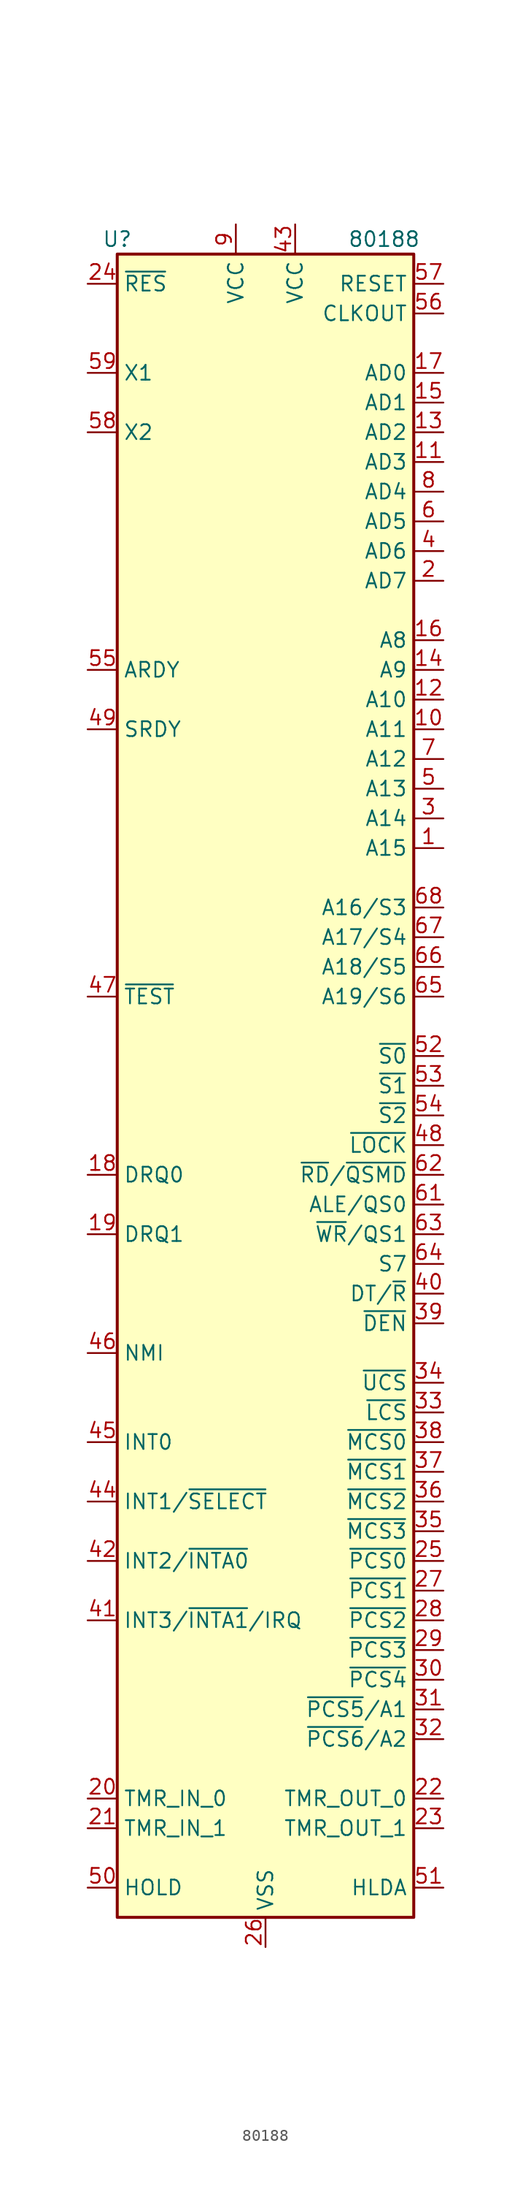
<source format=kicad_sym>
(kicad_symbol_lib
  (version 20241209)
  (generator "kicad_symbol_editor")
  (generator_version "9.0")
  (symbol "80188"
    (property "Reference" "U"
      (at -12.7 72.39 0)
      (effects (font (size 1.27 1.27))))
    (property "Value" "80188"
      (at 10.16 72.39 0)
      (effects (font (size 1.27 1.27))))
    (symbol "80188_0_1"
      (rectangle (start 12.7 -71.12) (end -12.7 71.12) (stroke (width 0.254) (type default)) (fill (type background))))
    (symbol "80188_1_1"
      (pin input line (at -15.24 68.58 0) (length 2.54) (name "~{RES}" (effects (font (size 1.27 1.27)))) (number "24" (effects (font (size 1.27 1.27)))))
      (pin input line (at -15.24 60.96 0) (length 2.54) (name "X1" (effects (font (size 1.27 1.27)))) (number "59" (effects (font (size 1.27 1.27)))))
      (pin output line (at -15.24 55.88 0) (length 2.54) (name "X2" (effects (font (size 1.27 1.27)))) (number "58" (effects (font (size 1.27 1.27)))))
      (pin input line (at -15.24 35.56 0) (length 2.54) (name "ARDY" (effects (font (size 1.27 1.27)))) (number "55" (effects (font (size 1.27 1.27)))))
      (pin input line (at -15.24 30.48 0) (length 2.54) (name "SRDY" (effects (font (size 1.27 1.27)))) (number "49" (effects (font (size 1.27 1.27)))))
      (pin bidirectional line (at -15.24 7.62 0) (length 2.54) (name "~{TEST}" (effects (font (size 1.27 1.27)))) (number "47" (effects (font (size 1.27 1.27)))))
      (pin input line (at -15.24 -7.62 0) (length 2.54) (name "DRQ0" (effects (font (size 1.27 1.27)))) (number "18" (effects (font (size 1.27 1.27)))))
      (pin input line (at -15.24 -12.7 0) (length 2.54) (name "DRQ1" (effects (font (size 1.27 1.27)))) (number "19" (effects (font (size 1.27 1.27)))))
      (pin input line (at -15.24 -22.86 0) (length 2.54) (name "NMI" (effects (font (size 1.27 1.27)))) (number "46" (effects (font (size 1.27 1.27)))))
      (pin input line (at -15.24 -30.48 0) (length 2.54) (name "INT0" (effects (font (size 1.27 1.27)))) (number "45" (effects (font (size 1.27 1.27)))))
      (pin input line (at -15.24 -35.56 0) (length 2.54) (name "INT1/~{SELECT}" (effects (font (size 1.27 1.27)))) (number "44" (effects (font (size 1.27 1.27)))))
      (pin bidirectional line (at -15.24 -40.64 0) (length 2.54) (name "INT2/~{INTA0}" (effects (font (size 1.27 1.27)))) (number "42" (effects (font (size 1.27 1.27)))))
      (pin bidirectional line (at -15.24 -45.72 0) (length 2.54) (name "INT3/~{INTA1}/IRQ" (effects (font (size 1.27 1.27)))) (number "41" (effects (font (size 1.27 1.27)))))
      (pin input line (at -15.24 -60.96 0) (length 2.54) (name "TMR_IN_0" (effects (font (size 1.27 1.27)))) (number "20" (effects (font (size 1.27 1.27)))))
      (pin input line (at -15.24 -63.5 0) (length 2.54) (name "TMR_IN_1" (effects (font (size 1.27 1.27)))) (number "21" (effects (font (size 1.27 1.27)))))
      (pin input line (at -15.24 -68.58 0) (length 2.54) (name "HOLD" (effects (font (size 1.27 1.27)))) (number "50" (effects (font (size 1.27 1.27)))))
      (pin power_in line (at -2.54 73.66 270) (length 2.54) (name "VCC" (effects (font (size 1.27 1.27)))) (number "9" (effects (font (size 1.27 1.27)))))
      (pin power_in line (at 0 -73.66 90) (length 2.54) (name "VSS" (effects (font (size 1.27 1.27)))) (number "26" (effects (font (size 1.27 1.27)))))
      (pin passive line (at 0 -73.66 90) (length 2.54) (hide yes) (name "VSS" (effects (font (size 1.27 1.27)))) (number "60" (effects (font (size 1.27 1.27)))))
      (pin power_in line (at 2.54 73.66 270) (length 2.54) (name "VCC" (effects (font (size 1.27 1.27)))) (number "43" (effects (font (size 1.27 1.27)))))
      (pin output line (at 15.24 68.58 180) (length 2.54) (name "RESET" (effects (font (size 1.27 1.27)))) (number "57" (effects (font (size 1.27 1.27)))))
      (pin output line (at 15.24 66.04 180) (length 2.54) (name "CLKOUT" (effects (font (size 1.27 1.27)))) (number "56" (effects (font (size 1.27 1.27)))))
      (pin bidirectional line (at 15.24 60.96 180) (length 2.54) (name "AD0" (effects (font (size 1.27 1.27)))) (number "17" (effects (font (size 1.27 1.27)))))
      (pin bidirectional line (at 15.24 58.42 180) (length 2.54) (name "AD1" (effects (font (size 1.27 1.27)))) (number "15" (effects (font (size 1.27 1.27)))))
      (pin bidirectional line (at 15.24 55.88 180) (length 2.54) (name "AD2" (effects (font (size 1.27 1.27)))) (number "13" (effects (font (size 1.27 1.27)))))
      (pin bidirectional line (at 15.24 53.34 180) (length 2.54) (name "AD3" (effects (font (size 1.27 1.27)))) (number "11" (effects (font (size 1.27 1.27)))))
      (pin bidirectional line (at 15.24 50.8 180) (length 2.54) (name "AD4" (effects (font (size 1.27 1.27)))) (number "8" (effects (font (size 1.27 1.27)))))
      (pin bidirectional line (at 15.24 48.26 180) (length 2.54) (name "AD5" (effects (font (size 1.27 1.27)))) (number "6" (effects (font (size 1.27 1.27)))))
      (pin bidirectional line (at 15.24 45.72 180) (length 2.54) (name "AD6" (effects (font (size 1.27 1.27)))) (number "4" (effects (font (size 1.27 1.27)))))
      (pin bidirectional line (at 15.24 43.18 180) (length 2.54) (name "AD7" (effects (font (size 1.27 1.27)))) (number "2" (effects (font (size 1.27 1.27)))))
      (pin output line (at 15.24 38.1 180) (length 2.54) (name "A8" (effects (font (size 1.27 1.27)))) (number "16" (effects (font (size 1.27 1.27)))))
      (pin output line (at 15.24 35.56 180) (length 2.54) (name "A9" (effects (font (size 1.27 1.27)))) (number "14" (effects (font (size 1.27 1.27)))))
      (pin output line (at 15.24 33.02 180) (length 2.54) (name "A10" (effects (font (size 1.27 1.27)))) (number "12" (effects (font (size 1.27 1.27)))))
      (pin output line (at 15.24 30.48 180) (length 2.54) (name "A11" (effects (font (size 1.27 1.27)))) (number "10" (effects (font (size 1.27 1.27)))))
      (pin output line (at 15.24 27.94 180) (length 2.54) (name "A12" (effects (font (size 1.27 1.27)))) (number "7" (effects (font (size 1.27 1.27)))))
      (pin output line (at 15.24 25.4 180) (length 2.54) (name "A13" (effects (font (size 1.27 1.27)))) (number "5" (effects (font (size 1.27 1.27)))))
      (pin output line (at 15.24 22.86 180) (length 2.54) (name "A14" (effects (font (size 1.27 1.27)))) (number "3" (effects (font (size 1.27 1.27)))))
      (pin output line (at 15.24 20.32 180) (length 2.54) (name "A15" (effects (font (size 1.27 1.27)))) (number "1" (effects (font (size 1.27 1.27)))))
      (pin output line (at 15.24 15.24 180) (length 2.54) (name "A16/S3" (effects (font (size 1.27 1.27)))) (number "68" (effects (font (size 1.27 1.27)))))
      (pin output line (at 15.24 12.7 180) (length 2.54) (name "A17/S4" (effects (font (size 1.27 1.27)))) (number "67" (effects (font (size 1.27 1.27)))))
      (pin output line (at 15.24 10.16 180) (length 2.54) (name "A18/S5" (effects (font (size 1.27 1.27)))) (number "66" (effects (font (size 1.27 1.27)))))
      (pin output line (at 15.24 7.62 180) (length 2.54) (name "A19/S6" (effects (font (size 1.27 1.27)))) (number "65" (effects (font (size 1.27 1.27)))))
      (pin output line (at 15.24 2.54 180) (length 2.54) (name "~{S0}" (effects (font (size 1.27 1.27)))) (number "52" (effects (font (size 1.27 1.27)))))
      (pin output line (at 15.24 0 180) (length 2.54) (name "~{S1}" (effects (font (size 1.27 1.27)))) (number "53" (effects (font (size 1.27 1.27)))))
      (pin output line (at 15.24 -2.54 180) (length 2.54) (name "~{S2}" (effects (font (size 1.27 1.27)))) (number "54" (effects (font (size 1.27 1.27)))))
      (pin output line (at 15.24 -5.08 180) (length 2.54) (name "~{LOCK}" (effects (font (size 1.27 1.27)))) (number "48" (effects (font (size 1.27 1.27)))))
      (pin bidirectional line (at 15.24 -7.62 180) (length 2.54) (name "~{RD}/~{QSMD}" (effects (font (size 1.27 1.27)))) (number "62" (effects (font (size 1.27 1.27)))))
      (pin output line (at 15.24 -10.16 180) (length 2.54) (name "ALE/QS0" (effects (font (size 1.27 1.27)))) (number "61" (effects (font (size 1.27 1.27)))))
      (pin output line (at 15.24 -12.7 180) (length 2.54) (name "~{WR}/QS1" (effects (font (size 1.27 1.27)))) (number "63" (effects (font (size 1.27 1.27)))))
      (pin output line (at 15.24 -15.24 180) (length 2.54) (name "S7" (effects (font (size 1.27 1.27)))) (number "64" (effects (font (size 1.27 1.27)))))
      (pin output line (at 15.24 -17.78 180) (length 2.54) (name "DT/~{R}" (effects (font (size 1.27 1.27)))) (number "40" (effects (font (size 1.27 1.27)))))
      (pin output line (at 15.24 -20.32 180) (length 2.54) (name "~{DEN}" (effects (font (size 1.27 1.27)))) (number "39" (effects (font (size 1.27 1.27)))))
      (pin output line (at 15.24 -25.4 180) (length 2.54) (name "~{UCS}" (effects (font (size 1.27 1.27)))) (number "34" (effects (font (size 1.27 1.27)))))
      (pin output line (at 15.24 -27.94 180) (length 2.54) (name "~{LCS}" (effects (font (size 1.27 1.27)))) (number "33" (effects (font (size 1.27 1.27)))))
      (pin output line (at 15.24 -30.48 180) (length 2.54) (name "~{MCS0}" (effects (font (size 1.27 1.27)))) (number "38" (effects (font (size 1.27 1.27)))))
      (pin output line (at 15.24 -33.02 180) (length 2.54) (name "~{MCS1}" (effects (font (size 1.27 1.27)))) (number "37" (effects (font (size 1.27 1.27)))))
      (pin output line (at 15.24 -35.56 180) (length 2.54) (name "~{MCS2}" (effects (font (size 1.27 1.27)))) (number "36" (effects (font (size 1.27 1.27)))))
      (pin output line (at 15.24 -38.1 180) (length 2.54) (name "~{MCS3}" (effects (font (size 1.27 1.27)))) (number "35" (effects (font (size 1.27 1.27)))))
      (pin output line (at 15.24 -40.64 180) (length 2.54) (name "~{PCS0}" (effects (font (size 1.27 1.27)))) (number "25" (effects (font (size 1.27 1.27)))))
      (pin output line (at 15.24 -43.18 180) (length 2.54) (name "~{PCS1}" (effects (font (size 1.27 1.27)))) (number "27" (effects (font (size 1.27 1.27)))))
      (pin output line (at 15.24 -45.72 180) (length 2.54) (name "~{PCS2}" (effects (font (size 1.27 1.27)))) (number "28" (effects (font (size 1.27 1.27)))))
      (pin output line (at 15.24 -48.26 180) (length 2.54) (name "~{PCS3}" (effects (font (size 1.27 1.27)))) (number "29" (effects (font (size 1.27 1.27)))))
      (pin output line (at 15.24 -50.8 180) (length 2.54) (name "~{PCS4}" (effects (font (size 1.27 1.27)))) (number "30" (effects (font (size 1.27 1.27)))))
      (pin output line (at 15.24 -53.34 180) (length 2.54) (name "~{PCS5}/A1" (effects (font (size 1.27 1.27)))) (number "31" (effects (font (size 1.27 1.27)))))
      (pin output line (at 15.24 -55.88 180) (length 2.54) (name "~{PCS6}/A2" (effects (font (size 1.27 1.27)))) (number "32" (effects (font (size 1.27 1.27)))))
      (pin output line (at 15.24 -60.96 180) (length 2.54) (name "TMR_OUT_0" (effects (font (size 1.27 1.27)))) (number "22" (effects (font (size 1.27 1.27)))))
      (pin output line (at 15.24 -63.5 180) (length 2.54) (name "TMR_OUT_1" (effects (font (size 1.27 1.27)))) (number "23" (effects (font (size 1.27 1.27)))))
      (pin output line (at 15.24 -68.58 180) (length 2.54) (name "HLDA" (effects (font (size 1.27 1.27)))) (number "51" (effects (font (size 1.27 1.27))))))))
</source>
